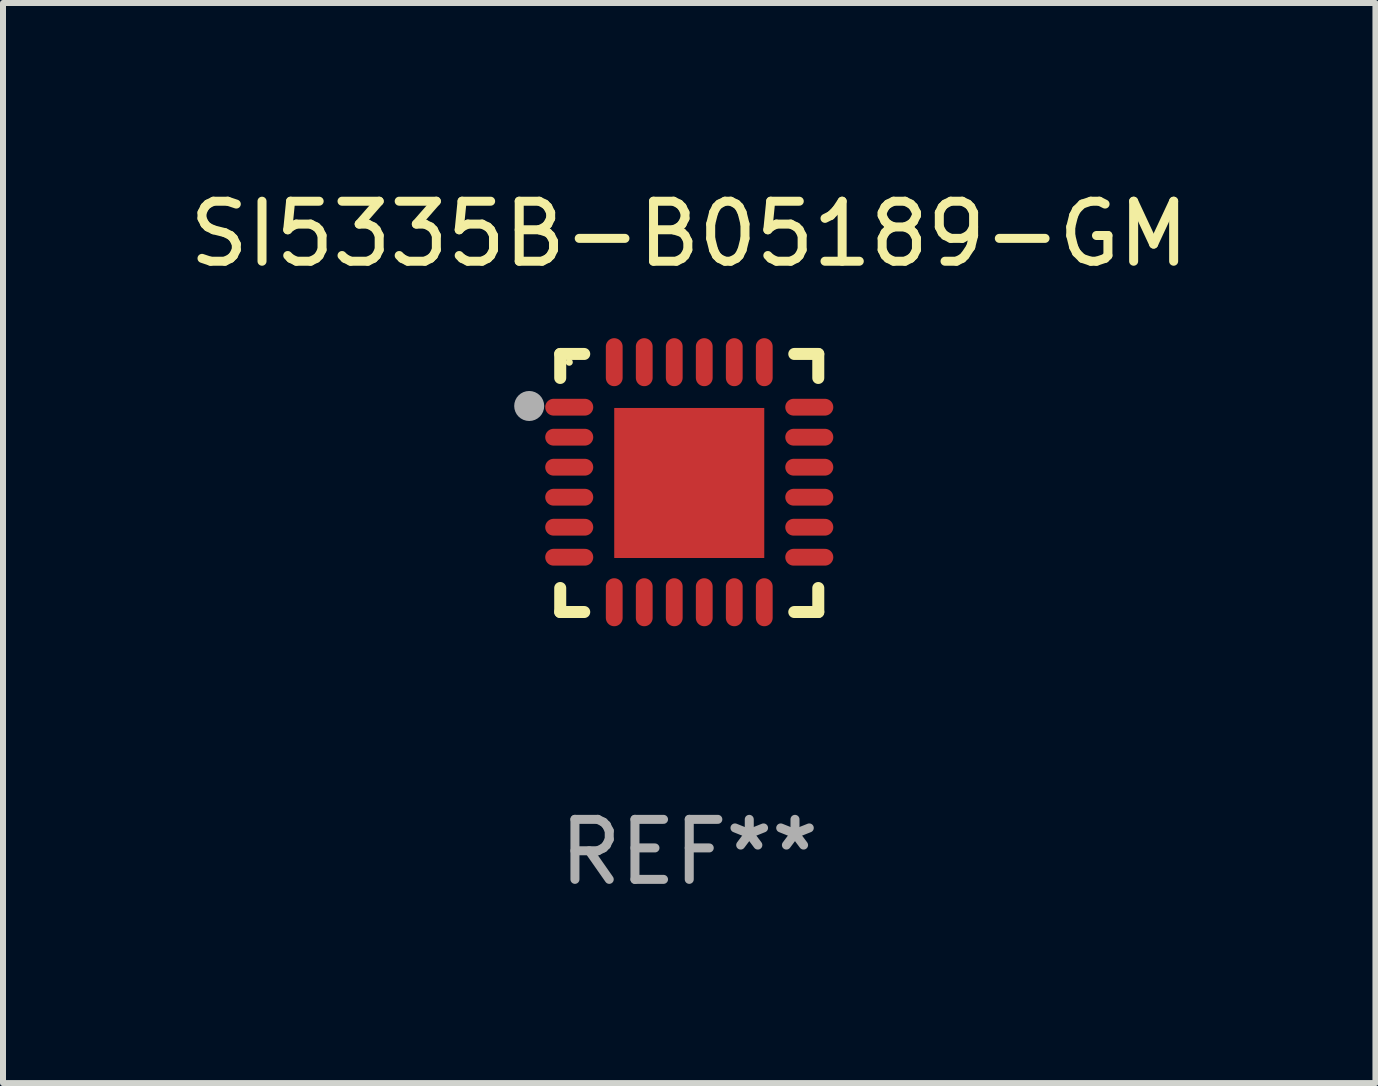
<source format=kicad_pcb>
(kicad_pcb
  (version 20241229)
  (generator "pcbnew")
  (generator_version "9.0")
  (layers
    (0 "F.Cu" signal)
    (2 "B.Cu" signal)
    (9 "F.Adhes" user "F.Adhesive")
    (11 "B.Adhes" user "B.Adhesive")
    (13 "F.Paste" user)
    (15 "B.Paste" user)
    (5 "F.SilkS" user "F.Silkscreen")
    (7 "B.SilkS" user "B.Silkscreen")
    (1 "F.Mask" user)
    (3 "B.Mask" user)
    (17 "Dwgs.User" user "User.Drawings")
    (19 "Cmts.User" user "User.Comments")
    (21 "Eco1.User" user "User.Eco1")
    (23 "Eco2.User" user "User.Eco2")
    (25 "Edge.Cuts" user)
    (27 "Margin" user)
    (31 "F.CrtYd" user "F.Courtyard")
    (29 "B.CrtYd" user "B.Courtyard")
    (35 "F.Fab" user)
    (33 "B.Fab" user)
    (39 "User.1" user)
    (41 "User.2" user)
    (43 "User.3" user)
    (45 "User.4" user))
  (footprint "SI5335B-B05189-GM"
    (layer "F.Cu")
    (at 8.435 4.998)
    (property "Reference" "SI5335B-B05189-GM" (at 0 -4.15 0) (layer "F.SilkS") (effects (font (size 1 1) (thickness 0.15))))
    (attr through_hole)
    (fp_line (start -2.15 -2.15) (end -1.75 -2.15) (stroke (width 0.2) (type solid)) (layer "F.SilkS"))
    (fp_line (start -2.15 -1.75) (end -2.15 -2.15) (stroke (width 0.2) (type solid)) (layer "F.SilkS"))
    (fp_line (start -2.15 2.15) (end -2.15 1.75) (stroke (width 0.2) (type solid)) (layer "F.SilkS"))
    (fp_line (start -1.75 2.15) (end -2.15 2.15) (stroke (width 0.2) (type solid)) (layer "F.SilkS"))
    (fp_line (start 1.75 -2.15) (end 2.15 -2.15) (stroke (width 0.2) (type solid)) (layer "F.SilkS"))
    (fp_line (start 1.75 2.15) (end 2.15 2.15) (stroke (width 0.2) (type solid)) (layer "F.SilkS"))
    (fp_line (start 2.15 -2.15) (end 2.15 -1.75) (stroke (width 0.2) (type solid)) (layer "F.SilkS"))
    (fp_line (start 2.15 2.15) (end 2.15 1.75) (stroke (width 0.2) (type solid)) (layer "F.SilkS"))
    (fp_circle (center -2 -2.013) (end -1.97 -2.013) (stroke (width 0.06) (type solid)) (fill no) (layer "F.SilkS"))
    (fp_circle (center -2.667 -1.283) (end -2.542 -1.283) (stroke (width 0.25) (type solid)) (fill no) (layer "F.Fab"))
    (fp_text user "REF**" (at 0 6.15 0) (layer "F.Fab") (effects (font (size 1 1) (thickness 0.15))))
    (pad "1" smd oval (at -2 -1.263) (size 0.8 0.28) (layers "F.Cu" "F.Mask" "F.Paste"))
    (pad "2" smd oval (at -2 -0.763) (size 0.8 0.28) (layers "F.Cu" "F.Mask" "F.Paste"))
    (pad "3" smd oval (at -2 -0.263) (size 0.8 0.28) (layers "F.Cu" "F.Mask" "F.Paste"))
    (pad "4" smd oval (at -2 0.237) (size 0.8 0.28) (layers "F.Cu" "F.Mask" "F.Paste"))
    (pad "5" smd oval (at -2 0.737) (size 0.8 0.28) (layers "F.Cu" "F.Mask" "F.Paste"))
    (pad "6" smd oval (at -2 1.237) (size 0.8 0.28) (layers "F.Cu" "F.Mask" "F.Paste"))
    (pad "7" smd oval (at -1.25 1.987) (size 0.28 0.8) (layers "F.Cu" "F.Mask" "F.Paste"))
    (pad "8" smd oval (at -0.75 1.987) (size 0.28 0.8) (layers "F.Cu" "F.Mask" "F.Paste"))
    (pad "9" smd oval (at -0.25 1.987) (size 0.28 0.8) (layers "F.Cu" "F.Mask" "F.Paste"))
    (pad "10" smd oval (at 0.25 1.987) (size 0.28 0.8) (layers "F.Cu" "F.Mask" "F.Paste"))
    (pad "11" smd oval (at 0.75 1.987) (size 0.28 0.8) (layers "F.Cu" "F.Mask" "F.Paste"))
    (pad "12" smd oval (at 1.25 1.987) (size 0.28 0.8) (layers "F.Cu" "F.Mask" "F.Paste"))
    (pad "13" smd oval (at 2 1.237) (size 0.8 0.28) (layers "F.Cu" "F.Mask" "F.Paste"))
    (pad "14" smd oval (at 2 0.737) (size 0.8 0.28) (layers "F.Cu" "F.Mask" "F.Paste"))
    (pad "15" smd oval (at 2 0.237) (size 0.8 0.28) (layers "F.Cu" "F.Mask" "F.Paste"))
    (pad "16" smd oval (at 2 -0.263) (size 0.8 0.28) (layers "F.Cu" "F.Mask" "F.Paste"))
    (pad "17" smd oval (at 2 -0.763) (size 0.8 0.28) (layers "F.Cu" "F.Mask" "F.Paste"))
    (pad "18" smd oval (at 2 -1.263) (size 0.8 0.28) (layers "F.Cu" "F.Mask" "F.Paste"))
    (pad "19" smd oval (at 1.25 -2.013) (size 0.28 0.8) (layers "F.Cu" "F.Mask" "F.Paste"))
    (pad "20" smd oval (at 0.75 -2.013) (size 0.28 0.8) (layers "F.Cu" "F.Mask" "F.Paste"))
    (pad "21" smd oval (at 0.25 -2.013) (size 0.28 0.8) (layers "F.Cu" "F.Mask" "F.Paste"))
    (pad "22" smd oval (at -0.25 -2.013) (size 0.28 0.8) (layers "F.Cu" "F.Mask" "F.Paste"))
    (pad "23" smd oval (at -0.75 -2.013) (size 0.28 0.8) (layers "F.Cu" "F.Mask" "F.Paste"))
    (pad "24" smd oval (at -1.25 -2.013) (size 0.28 0.8) (layers "F.Cu" "F.Mask" "F.Paste"))
    (pad "25" smd rect (at -0.000127 -0.00014) (size 2.5 2.5) (layers "F.Cu" "F.Mask" "F.Paste")))
  (gr_rect
    (start -3 -3)
    (end 19.869 14.997)
    (stroke (width 0.1) (type default))
    (fill no)
    (layer "Edge.Cuts")))
</source>
